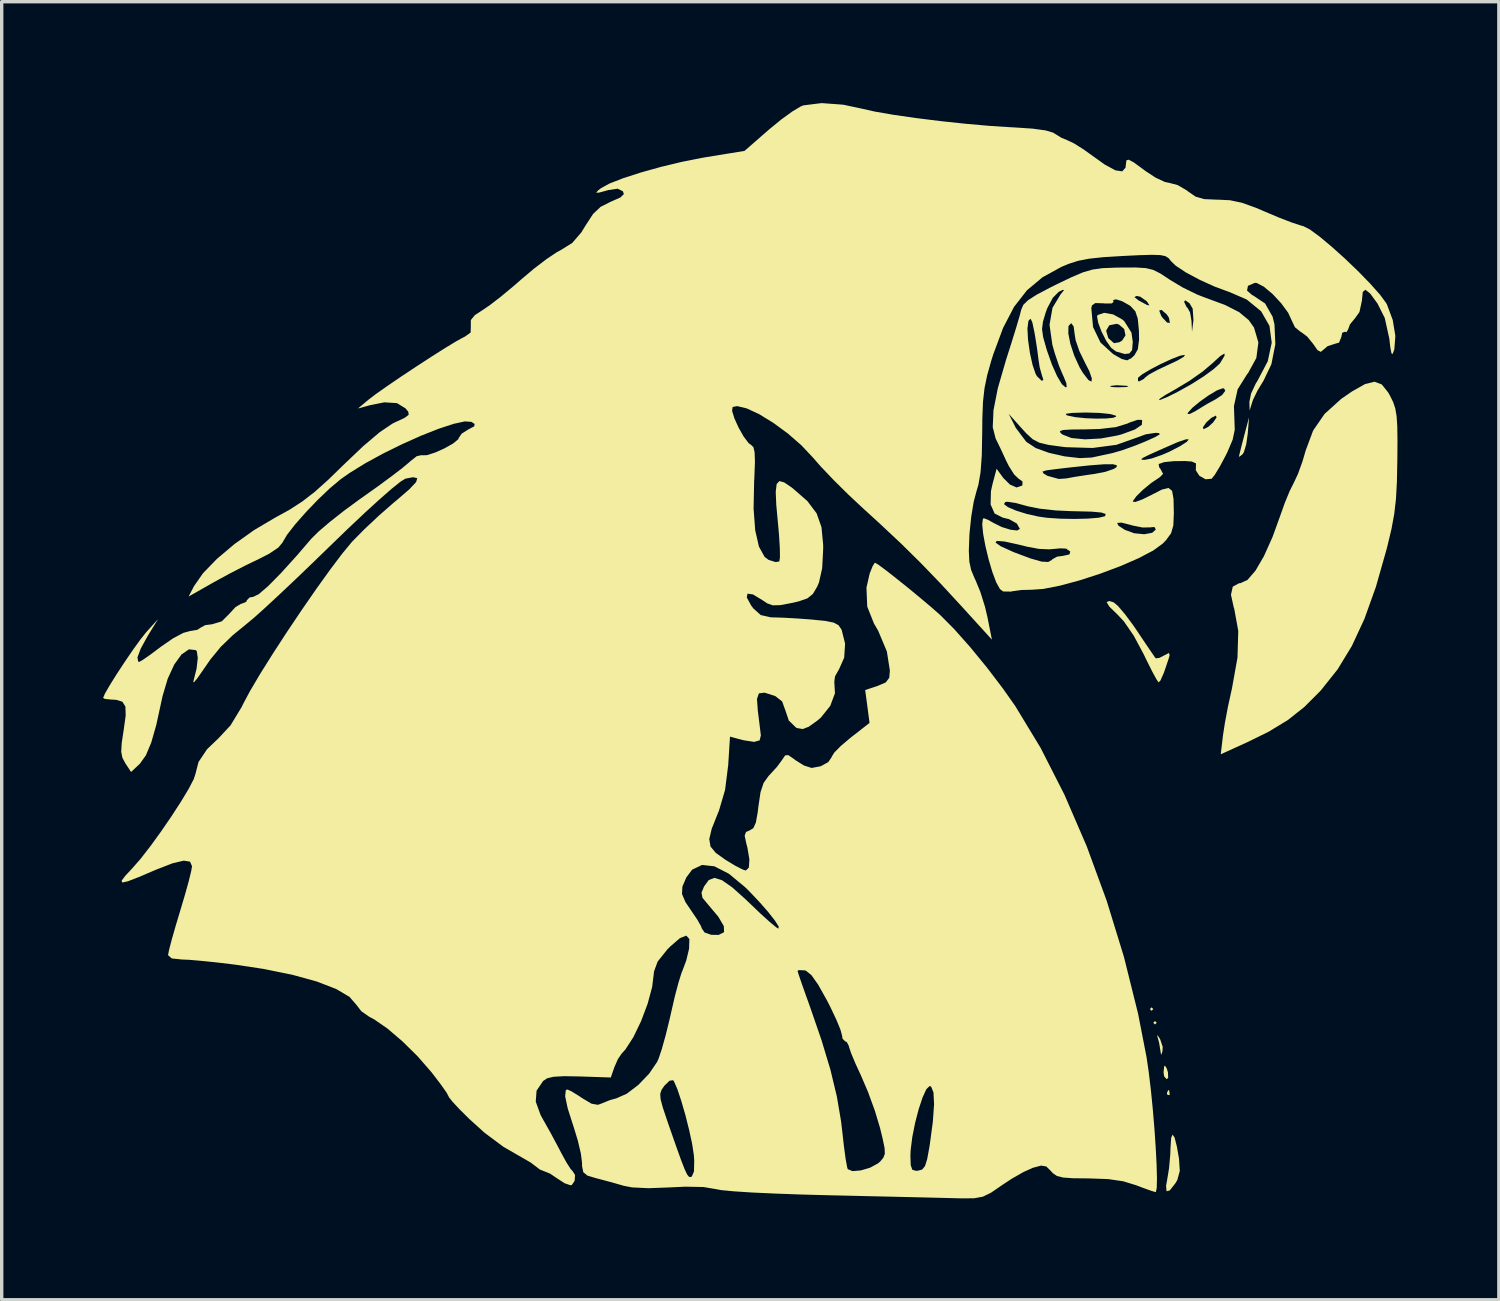
<source format=kicad_pcb>
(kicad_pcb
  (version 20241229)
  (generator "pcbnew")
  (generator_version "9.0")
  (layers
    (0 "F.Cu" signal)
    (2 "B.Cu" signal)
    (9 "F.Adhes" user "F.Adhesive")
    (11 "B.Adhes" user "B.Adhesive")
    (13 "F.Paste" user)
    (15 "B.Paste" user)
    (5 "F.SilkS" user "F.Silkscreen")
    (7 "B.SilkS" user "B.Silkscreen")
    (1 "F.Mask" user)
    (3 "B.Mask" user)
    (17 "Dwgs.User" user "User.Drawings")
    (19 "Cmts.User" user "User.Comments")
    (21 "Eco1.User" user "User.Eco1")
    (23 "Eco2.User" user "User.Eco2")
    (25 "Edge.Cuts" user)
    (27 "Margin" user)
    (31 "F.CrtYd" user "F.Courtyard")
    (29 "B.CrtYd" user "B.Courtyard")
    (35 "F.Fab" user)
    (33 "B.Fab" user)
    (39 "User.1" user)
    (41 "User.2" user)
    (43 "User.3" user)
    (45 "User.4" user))
  (footprint "taina-logo"
    (layer "F.Cu")
    (at 17.406 7.321)
    (property "Reference" "taina-logo" (at 0 0 0) (layer "F.SilkS") (effects (font (size 1.5 1.5) (thickness 0.3))))
    (attr board_only exclude_from_pos_files exclude_from_bom)
    (fp_poly (pts (xy 13.661 19.48) (xy 13.611 19.531) (xy 13.56 19.48) (xy 13.611 19.429)) (stroke (width 0) (type solid)) (fill yes) (layer "F.SilkS"))
    (fp_poly (pts (xy 13.763 19.885) (xy 13.712 19.935) (xy 13.661 19.885) (xy 13.712 19.834)) (stroke (width 0) (type solid)) (fill yes) (layer "F.SilkS"))
    (fp_poly (pts (xy 14.134 21.892) (xy 14.146 22.012) (xy 14.134 22.027) (xy 14.073 22.013) (xy 14.066 21.959) (xy 14.103 21.876)) (stroke (width 0) (type solid)) (fill yes) (layer "F.SilkS"))
    (fp_poly (pts (xy 14.057 21.233) (xy 14.095 21.352) (xy 14.101 21.514) (xy 14.057 21.555) (xy 13.982 21.47) (xy 13.965 21.352) (xy 13.981 21.187) (xy 14.004 21.15)) (stroke (width 0) (type solid)) (fill yes) (layer "F.SilkS"))
    (fp_poly (pts (xy 13.813 20.292) (xy 13.863 20.369) (xy 13.939 20.596) (xy 13.933 20.723) (xy 13.895 20.84) (xy 13.878 20.762) (xy 13.875 20.728) (xy 13.835 20.482) (xy 13.806 20.374) (xy 13.77 20.246)) (stroke (width 0) (type solid)) (fill yes) (layer "F.SilkS"))
    (fp_poly (pts (xy 16.455 2.463) (xy 16.41 2.774) (xy 16.341 3.006) (xy 16.304 3.065) (xy 16.209 3.14) (xy 16.196 3.132) (xy 16.222 3.017) (xy 16.285 2.768) (xy 16.347 2.53) (xy 16.494 1.973)) (stroke (width 0) (type solid)) (fill yes) (layer "F.SilkS"))
    (fp_poly (pts (xy 14.291 23.281) (xy 14.359 23.547) (xy 14.422 23.908) (xy 14.445 24.268) (xy 14.373 24.534) (xy 14.317 24.63) (xy 14.149 24.844) (xy 14.054 24.87) (xy 14.039 24.711) (xy 14.074 24.515) (xy 14.128 24.185) (xy 14.164 23.777) (xy 14.171 23.578) (xy 14.191 23.289) (xy 14.232 23.193)) (stroke (width 0) (type solid)) (fill yes) (layer "F.SilkS"))
    (fp_poly (pts (xy 12.489 7.448) (xy 12.619 7.558) (xy 12.822 7.797) (xy 13.064 8.121) (xy 13.176 8.286) (xy 13.407 8.63) (xy 13.594 8.906) (xy 13.709 9.073) (xy 13.732 9.104) (xy 13.836 9.093) (xy 13.978 9.021) (xy 14.125 8.945) (xy 14.144 9.014) (xy 14.112 9.126) (xy 13.978 9.523) (xy 13.874 9.758) (xy 13.82 9.816) (xy 13.759 9.731) (xy 13.634 9.503) (xy 13.468 9.172) (xy 13.373 8.975) (xy 13.086 8.439) (xy 12.794 8.014) (xy 12.598 7.805) (xy 12.362 7.575) (xy 12.28 7.44) (xy 12.357 7.409)) (stroke (width 0) (type solid)) (fill yes) (layer "F.SilkS"))
    (fp_poly (pts (xy 12.476 -1.069) (xy 12.741 -0.922) (xy 12.806 -0.865) (xy 13.015 -0.532) (xy 13.054 -0.258) (xy 13.035 -0.015) (xy 12.952 0.085) (xy 12.817 0.101) (xy 12.561 0.028) (xy 12.416 -0.08) (xy 12.268 -0.29) (xy 12.131 -0.559) (xy 12.12 -0.588) (xy 12.266 -0.588) (xy 12.327 -0.379) (xy 12.347 -0.353) (xy 12.499 -0.219) (xy 12.659 -0.247) (xy 12.735 -0.292) (xy 12.839 -0.45) (xy 12.8 -0.638) (xy 12.644 -0.772) (xy 12.572 -0.791) (xy 12.359 -0.748) (xy 12.266 -0.588) (xy 12.12 -0.588) (xy 12.032 -0.82) (xy 11.998 -1.007) (xy 12.013 -1.05) (xy 12.207 -1.117)) (stroke (width 0) (type solid)) (fill yes) (layer "F.SilkS"))
    (fp_poly (pts (xy 20.42 1.002) (xy 20.61 1.239) (xy 20.667 1.341) (xy 20.758 1.526) (xy 20.82 1.712) (xy 20.859 1.938) (xy 20.879 2.245) (xy 20.885 2.675) (xy 20.881 3.238) (xy 20.868 3.883) (xy 20.84 4.393) (xy 20.789 4.835) (xy 20.708 5.276) (xy 20.587 5.782) (xy 20.565 5.869) (xy 20.247 6.988) (xy 19.908 7.935) (xy 19.535 8.739) (xy 19.114 9.43) (xy 18.629 10.039) (xy 18.597 10.075) (xy 18.126 10.546) (xy 17.64 10.931) (xy 17.075 11.274) (xy 16.44 11.586) (xy 15.657 11.942) (xy 15.722 11.39) (xy 15.779 11.019) (xy 15.868 10.545) (xy 15.973 10.063) (xy 15.988 9.998) (xy 16.152 9.083) (xy 16.175 8.294) (xy 16.056 7.64) (xy 16.039 7.588) (xy 15.959 7.223) (xy 16.013 6.983) (xy 16.198 6.883) (xy 16.237 6.881) (xy 16.447 6.785) (xy 16.684 6.511) (xy 16.935 6.08) (xy 17.19 5.511) (xy 17.408 4.909) (xy 17.55 4.511) (xy 17.698 4.15) (xy 17.82 3.907) (xy 17.939 3.654) (xy 18.072 3.288) (xy 18.173 2.945) (xy 18.39 2.365) (xy 18.728 1.874) (xy 19.219 1.43) (xy 19.54 1.209) (xy 19.925 0.991) (xy 20.205 0.921)) (stroke (width 0) (type solid)) (fill yes) (layer "F.SilkS"))
    (fp_poly (pts (xy 13.439 -2.44) (xy 13.661 -2.386) (xy 13.87 -2.281) (xy 14.128 -2.111) (xy 14.138 -2.103) (xy 14.529 -1.868) (xy 14.96 -1.657) (xy 15.201 -1.564) (xy 15.785 -1.349) (xy 16.202 -1.136) (xy 16.485 -0.902) (xy 16.64 -0.682) (xy 16.77 -0.241) (xy 16.71 0.219) (xy 16.467 0.662) (xy 16.434 0.702) (xy 16.157 1.146) (xy 16.047 1.643) (xy 16.061 2.042) (xy 16.071 2.343) (xy 16.01 2.633) (xy 15.86 2.988) (xy 15.8 3.111) (xy 15.628 3.432) (xy 15.479 3.677) (xy 15.386 3.792) (xy 15.207 3.807) (xy 15.024 3.703) (xy 14.919 3.541) (xy 14.922 3.455) (xy 14.924 3.337) (xy 14.8 3.282) (xy 14.598 3.267) (xy 14.275 3.271) (xy 13.999 3.298) (xy 13.981 3.301) (xy 13.82 3.356) (xy 13.835 3.452) (xy 13.875 3.505) (xy 13.95 3.647) (xy 13.853 3.748) (xy 13.839 3.756) (xy 13.605 3.913) (xy 13.36 4.114) (xy 13.159 4.311) (xy 13.058 4.451) (xy 13.054 4.469) (xy 13.134 4.478) (xy 13.342 4.401) (xy 13.605 4.271) (xy 13.917 4.112) (xy 14.112 4.064) (xy 14.217 4.149) (xy 14.26 4.389) (xy 14.269 4.807) (xy 14.269 4.825) (xy 14.254 5.172) (xy 14.188 5.404) (xy 14.038 5.609) (xy 13.94 5.71) (xy 13.659 5.915) (xy 13.227 6.142) (xy 12.689 6.376) (xy 12.091 6.6) (xy 11.481 6.798) (xy 10.903 6.954) (xy 10.405 7.051) (xy 10.069 7.075) (xy 9.751 7.083) (xy 9.488 7.12) (xy 9.455 7.13) (xy 9.22 7.126) (xy 9.127 7.057) (xy 9.016 6.859) (xy 8.9 6.55) (xy 8.79 6.177) (xy 8.696 5.786) (xy 8.676 5.68) (xy 8.994 5.68) (xy 9.149 5.789) (xy 9.498 5.948) (xy 9.571 5.978) (xy 10.037 6.152) (xy 10.354 6.242) (xy 10.552 6.254) (xy 10.662 6.192) (xy 10.676 6.173) (xy 10.815 6.096) (xy 10.994 6.072) (xy 11.181 6.031) (xy 11.206 5.945) (xy 11.084 5.859) (xy 10.919 5.85) (xy 10.582 5.88) (xy 10.283 5.867) (xy 9.935 5.803) (xy 9.667 5.737) (xy 9.256 5.647) (xy 9.031 5.631) (xy 8.994 5.68) (xy 8.676 5.68) (xy 8.629 5.425) (xy 8.6 5.14) (xy 8.62 4.979) (xy 8.648 4.959) (xy 8.772 5.007) (xy 8.934 5.098) (xy 9.18 5.22) (xy 9.435 5.299) (xy 9.635 5.323) (xy 9.715 5.276) (xy 9.624 5.115) (xy 9.595 5.099) (xy 12.592 5.099) (xy 12.632 5.181) (xy 12.818 5.303) (xy 13.097 5.404) (xy 13.392 5.433) (xy 13.629 5.391) (xy 13.735 5.295) (xy 13.695 5.218) (xy 13.573 5.23) (xy 13.345 5.234) (xy 13.049 5.175) (xy 13.003 5.161) (xy 12.721 5.089) (xy 12.592 5.099) (xy 9.595 5.099) (xy 9.394 4.987) (xy 9.211 4.943) (xy 8.968 4.821) (xy 8.849 4.553) (xy 8.849 4.542) (xy 9.244 4.542) (xy 9.363 4.632) (xy 9.598 4.733) (xy 9.911 4.831) (xy 10.261 4.91) (xy 10.513 4.946) (xy 10.906 4.973) (xy 11.328 4.981) (xy 11.725 4.971) (xy 12.042 4.945) (xy 12.222 4.904) (xy 12.236 4.895) (xy 12.253 4.834) (xy 12.127 4.791) (xy 11.841 4.765) (xy 11.376 4.753) (xy 11.276 4.752) (xy 10.775 4.729) (xy 10.298 4.676) (xy 9.93 4.602) (xy 9.891 4.59) (xy 9.587 4.508) (xy 9.353 4.473) (xy 9.284 4.479) (xy 9.244 4.542) (xy 8.849 4.542) (xy 8.859 4.157) (xy 8.905 3.949) (xy 9.026 3.496) (xy 9.227 3.772) (xy 9.42 3.963) (xy 9.613 4.048) (xy 9.622 4.048) (xy 9.788 3.991) (xy 9.793 3.873) (xy 9.669 3.783) (xy 9.544 3.663) (xy 9.492 3.581) (xy 10.381 3.581) (xy 10.417 3.637) (xy 10.531 3.706) (xy 10.867 3.798) (xy 11.081 3.783) (xy 11.363 3.732) (xy 11.734 3.675) (xy 11.916 3.65) (xy 12.242 3.587) (xy 12.493 3.501) (xy 12.574 3.449) (xy 12.583 3.391) (xy 12.463 3.362) (xy 12.196 3.364) (xy 11.768 3.397) (xy 11.163 3.461) (xy 10.784 3.506) (xy 10.495 3.544) (xy 10.381 3.581) (xy 9.492 3.581) (xy 9.391 3.421) (xy 9.307 3.255) (xy 9.288 3.213) (xy 13.303 3.213) (xy 13.334 3.23) (xy 13.408 3.233) (xy 13.61 3.193) (xy 13.913 3.088) (xy 14.13 2.995) (xy 14.449 2.831) (xy 14.647 2.704) (xy 14.712 2.628) (xy 14.633 2.623) (xy 14.397 2.703) (xy 14.299 2.745) (xy 13.833 2.949) (xy 13.528 3.087) (xy 13.36 3.17) (xy 13.303 3.213) (xy 9.288 3.213) (xy 9.164 2.944) (xy 9.041 2.689) (xy 8.999 2.607) (xy 8.912 2.267) (xy 8.929 1.872) (xy 9.385 1.872) (xy 9.595 2.288) (xy 9.902 2.697) (xy 10.183 2.883) (xy 10.578 3.026) (xy 11.041 3.13) (xy 11.489 3.181) (xy 11.837 3.164) (xy 11.84 3.164) (xy 12.12 3.104) (xy 12.442 3.035) (xy 12.447 3.034) (xy 12.733 2.952) (xy 13.11 2.817) (xy 13.408 2.697) (xy 13.716 2.559) (xy 13.852 2.478) (xy 13.831 2.441) (xy 13.732 2.433) (xy 13.436 2.478) (xy 13.148 2.584) (xy 12.57 2.788) (xy 11.865 2.881) (xy 11.077 2.858) (xy 10.962 2.845) (xy 10.556 2.789) (xy 10.288 2.724) (xy 10.094 2.622) (xy 9.908 2.453) (xy 9.841 2.38) (xy 10.899 2.38) (xy 10.914 2.432) (xy 10.974 2.483) (xy 11.24 2.587) (xy 11.64 2.626) (xy 12.115 2.6) (xy 12.606 2.51) (xy 12.728 2.477) (xy 13.119 2.334) (xy 13.213 2.27) (xy 15.129 2.27) (xy 15.148 2.327) (xy 15.285 2.259) (xy 15.432 2.125) (xy 15.533 1.98) (xy 15.514 1.923) (xy 15.377 1.991) (xy 15.23 2.125) (xy 15.129 2.27) (xy 13.213 2.27) (xy 13.322 2.196) (xy 13.332 2.068) (xy 13.316 2.05) (xy 13.194 2.049) (xy 12.969 2.125) (xy 12.898 2.158) (xy 12.556 2.264) (xy 12.069 2.32) (xy 11.659 2.331) (xy 11.242 2.335) (xy 10.998 2.349) (xy 10.899 2.38) (xy 9.841 2.38) (xy 9.777 2.31) (xy 9.385 1.872) (xy 8.929 1.872) (xy 8.929 1.868) (xy 11.081 1.868) (xy 11.085 1.905) (xy 11.131 1.923) (xy 11.359 1.97) (xy 11.658 2.001) (xy 11.978 2.013) (xy 12.269 2.009) (xy 12.482 1.987) (xy 12.568 1.948) (xy 12.548 1.923) (xy 12.377 1.876) (xy 12.349 1.873) (xy 14.673 1.873) (xy 14.746 1.874) (xy 14.923 1.782) (xy 14.952 1.763) (xy 15.249 1.581) (xy 15.508 1.44) (xy 15.699 1.312) (xy 15.791 1.19) (xy 15.755 1.12) (xy 15.711 1.117) (xy 15.544 1.178) (xy 15.301 1.323) (xy 15.038 1.51) (xy 14.813 1.696) (xy 14.685 1.839) (xy 14.673 1.873) (xy 12.349 1.873) (xy 12.067 1.844) (xy 11.682 1.833) (xy 11.637 1.833) (xy 11.262 1.844) (xy 11.081 1.868) (xy 8.929 1.868) (xy 8.933 1.771) (xy 8.993 1.465) (xy 13.829 1.465) (xy 13.864 1.459) (xy 14.072 1.376) (xy 14.389 1.217) (xy 14.751 1.016) (xy 14.804 0.985) (xy 15.153 0.763) (xy 15.445 0.55) (xy 15.625 0.387) (xy 15.639 0.368) (xy 15.769 0.155) (xy 15.768 0.086) (xy 15.644 0.161) (xy 15.407 0.378) (xy 15.406 0.379) (xy 15.122 0.62) (xy 14.737 0.891) (xy 14.333 1.135) (xy 14.318 1.143) (xy 14.026 1.309) (xy 13.855 1.422) (xy 13.829 1.465) (xy 8.993 1.465) (xy 9.062 1.113) (xy 9.301 0.289) (xy 9.305 0.275) (xy 9.462 -0.217) (xy 9.597 -0.653) (xy 9.938 -0.653) (xy 9.956 -0.318) (xy 10.011 0.067) (xy 10.091 0.429) (xy 10.183 0.696) (xy 10.225 0.764) (xy 10.364 0.897) (xy 10.409 0.866) (xy 10.368 0.734) (xy 10.302 0.502) (xy 10.263 0.253) (xy 10.227 -0.032) (xy 10.17 -0.399) (xy 10.142 -0.557) (xy 10.125 -0.636) (xy 10.37 -0.636) (xy 10.403 -0.397) (xy 10.499 -0.058) (xy 10.519 0.007) (xy 10.664 0.418) (xy 10.817 0.759) (xy 10.958 0.995) (xy 11.068 1.089) (xy 11.099 1.078) (xy 11.098 1.067) (xy 12.374 1.067) (xy 12.501 1.083) (xy 12.649 1.086) (xy 12.868 1.078) (xy 12.928 1.058) (xy 12.877 1.042) (xy 12.582 1.025) (xy 12.422 1.042) (xy 12.374 1.067) (xy 11.098 1.067) (xy 11.089 0.967) (xy 11.004 0.755) (xy 10.987 0.723) (xy 10.872 0.45) (xy 10.747 0.079) (xy 10.676 -0.169) (xy 10.628 -0.507) (xy 11.147 -0.507) (xy 11.208 -0.199) (xy 11.323 0.15) (xy 11.48 0.494) (xy 11.577 0.657) (xy 11.742 0.871) (xy 11.832 0.919) (xy 11.843 0.823) (xy 11.837 0.807) (xy 13.207 0.807) (xy 13.21 0.902) (xy 13.245 0.911) (xy 13.386 0.837) (xy 13.413 0.802) (xy 13.535 0.708) (xy 13.788 0.57) (xy 14.092 0.428) (xy 14.384 0.29) (xy 14.565 0.182) (xy 14.598 0.127) (xy 14.596 0.126) (xy 14.455 0.151) (xy 14.199 0.251) (xy 13.887 0.395) (xy 13.578 0.556) (xy 13.331 0.703) (xy 13.207 0.807) (xy 11.837 0.807) (xy 11.768 0.607) (xy 11.645 0.367) (xy 11.476 0.02) (xy 11.363 -0.309) (xy 11.334 -0.493) (xy 11.306 -0.712) (xy 11.237 -0.809) (xy 11.233 -0.81) (xy 11.152 -0.726) (xy 11.147 -0.507) (xy 10.628 -0.507) (xy 10.592 -0.764) (xy 10.677 -1.251) (xy 11.828 -1.251) (xy 11.879 -0.697) (xy 12.099 -0.238) (xy 12.476 0.105) (xy 12.477 0.105) (xy 12.731 0.25) (xy 12.886 0.289) (xy 13.011 0.226) (xy 13.102 0.14) (xy 13.204 -0.037) (xy 13.241 -0.327) (xy 13.236 -0.594) (xy 13.202 -0.945) (xy 13.13 -1.162) (xy 13.11 -1.183) (xy 13.836 -1.183) (xy 13.896 -1.026) (xy 13.935 -0.971) (xy 14.07 -0.829) (xy 14.15 -0.818) (xy 14.152 -0.822) (xy 14.124 -0.971) (xy 14.063 -1.066) (xy 13.904 -1.206) (xy 13.836 -1.183) (xy 13.11 -1.183) (xy 12.995 -1.309) (xy 12.953 -1.34) (xy 12.738 -1.461) (xy 12.559 -1.516) (xy 12.471 -1.494) (xy 12.485 -1.438) (xy 12.432 -1.395) (xy 12.237 -1.393) (xy 12.187 -1.398) (xy 11.946 -1.406) (xy 11.845 -1.335) (xy 11.828 -1.251) (xy 10.677 -1.251) (xy 10.679 -1.265) (xy 10.871 -1.583) (xy 13.102 -1.583) (xy 13.222 -1.487) (xy 13.257 -1.467) (xy 13.478 -1.348) (xy 13.548 -1.337) (xy 13.486 -1.434) (xy 13.478 -1.444) (xy 14.572 -1.444) (xy 14.647 -1.286) (xy 14.673 -1.265) (xy 14.749 -1.129) (xy 14.79 -0.888) (xy 14.791 -0.879) (xy 14.807 -0.557) (xy 14.849 -0.9) (xy 14.826 -1.243) (xy 14.731 -1.402) (xy 14.606 -1.487) (xy 14.572 -1.444) (xy 13.478 -1.444) (xy 13.459 -1.467) (xy 13.273 -1.595) (xy 13.168 -1.616) (xy 13.102 -1.583) (xy 10.871 -1.583) (xy 10.917 -1.659) (xy 11.023 -1.792) (xy 10.979 -1.795) (xy 10.862 -1.736) (xy 10.69 -1.563) (xy 10.528 -1.26) (xy 10.48 -1.132) (xy 10.397 -0.854) (xy 10.37 -0.636) (xy 10.125 -0.636) (xy 10.082 -0.839) (xy 10.03 -0.943) (xy 9.975 -0.889) (xy 9.966 -0.868) (xy 9.938 -0.653) (xy 9.597 -0.653) (xy 9.599 -0.659) (xy 9.701 -1.005) (xy 9.755 -1.209) (xy 9.757 -1.216) (xy 9.816 -1.352) (xy 9.957 -1.49) (xy 10.211 -1.653) (xy 10.61 -1.864) (xy 10.799 -1.958) (xy 11.249 -2.174) (xy 11.582 -2.315) (xy 11.864 -2.397) (xy 12.158 -2.438) (xy 12.528 -2.453) (xy 12.7 -2.456) (xy 13.139 -2.458)) (stroke (width 0) (type solid)) (fill yes) (layer "F.SilkS"))
    (fp_poly (pts (xy 4.488 -7.274) (xy 5.036 -7.157) (xy 5.43 -7.069) (xy 5.979 -6.974) (xy 6.639 -6.879) (xy 7.363 -6.789) (xy 8.105 -6.71) (xy 8.819 -6.647) (xy 9.46 -6.606) (xy 9.563 -6.601) (xy 10.086 -6.566) (xy 10.476 -6.513) (xy 10.701 -6.446) (xy 10.727 -6.429) (xy 10.948 -6.292) (xy 11.108 -6.228) (xy 11.319 -6.127) (xy 11.605 -5.947) (xy 11.779 -5.822) (xy 12.224 -5.504) (xy 12.541 -5.332) (xy 12.743 -5.302) (xy 12.84 -5.411) (xy 12.852 -5.521) (xy 12.867 -5.629) (xy 12.935 -5.647) (xy 13.089 -5.563) (xy 13.36 -5.365) (xy 13.429 -5.313) (xy 13.728 -5.116) (xy 14.005 -4.988) (xy 14.142 -4.959) (xy 14.384 -4.895) (xy 14.652 -4.738) (xy 14.69 -4.707) (xy 14.914 -4.554) (xy 15.163 -4.481) (xy 15.522 -4.465) (xy 15.565 -4.465) (xy 15.925 -4.448) (xy 16.28 -4.374) (xy 16.699 -4.223) (xy 16.968 -4.108) (xy 17.38 -3.934) (xy 17.757 -3.789) (xy 18.036 -3.697) (xy 18.097 -3.682) (xy 18.288 -3.586) (xy 18.58 -3.373) (xy 18.939 -3.073) (xy 19.332 -2.72) (xy 19.724 -2.344) (xy 20.08 -1.978) (xy 20.367 -1.655) (xy 20.551 -1.405) (xy 20.574 -1.363) (xy 20.745 -0.903) (xy 20.822 -0.433) (xy 20.792 -0.038) (xy 20.788 -0.026) (xy 20.742 0.1) (xy 20.707 0.083) (xy 20.673 -0.099) (xy 20.643 -0.355) (xy 20.508 -0.966) (xy 20.294 -1.392) (xy 20.078 -1.687) (xy 19.936 -1.8) (xy 19.858 -1.733) (xy 19.834 -1.488) (xy 19.834 -1.483) (xy 19.76 -1.14) (xy 19.632 -0.961) (xy 19.479 -0.775) (xy 19.429 -0.636) (xy 19.376 -0.544) (xy 19.328 -0.557) (xy 19.249 -0.526) (xy 19.227 -0.411) (xy 19.157 -0.236) (xy 19.037 -0.202) (xy 18.815 -0.129) (xy 18.717 -0.045) (xy 18.616 0.038) (xy 18.519 -0.013) (xy 18.394 -0.193) (xy 18.212 -0.416) (xy 18.03 -0.551) (xy 18.016 -0.556) (xy 17.851 -0.691) (xy 17.766 -0.87) (xy 17.651 -1.119) (xy 17.442 -1.403) (xy 17.187 -1.677) (xy 16.93 -1.891) (xy 16.72 -2) (xy 16.663 -2.003) (xy 16.462 -1.915) (xy 16.434 -1.775) (xy 16.585 -1.643) (xy 16.613 -1.631) (xy 16.968 -1.394) (xy 17.19 -1.004) (xy 17.246 -0.779) (xy 17.272 -0.186) (xy 17.155 0.403) (xy 16.923 0.889) (xy 16.744 1.183) (xy 16.612 1.455) (xy 16.59 1.518) (xy 16.512 1.771) (xy 16.504 1.516) (xy 16.554 1.271) (xy 16.691 0.978) (xy 16.738 0.904) (xy 17.047 0.318) (xy 17.165 -0.233) (xy 17.098 -0.732) (xy 16.85 -1.163) (xy 16.427 -1.509) (xy 15.938 -1.722) (xy 15.488 -1.888) (xy 15.035 -2.093) (xy 14.63 -2.309) (xy 14.325 -2.511) (xy 14.187 -2.644) (xy 14.114 -2.735) (xy 14.02 -2.794) (xy 13.868 -2.825) (xy 13.621 -2.833) (xy 13.242 -2.822) (xy 12.772 -2.799) (xy 12.194 -2.764) (xy 11.767 -2.719) (xy 11.436 -2.655) (xy 11.149 -2.563) (xy 10.941 -2.475) (xy 10.382 -2.167) (xy 9.924 -1.783) (xy 9.543 -1.295) (xy 9.218 -0.671) (xy 8.925 0.118) (xy 8.865 0.31) (xy 8.746 0.734) (xy 8.668 1.114) (xy 8.623 1.517) (xy 8.604 2.01) (xy 8.6 2.434) (xy 8.588 3.101) (xy 8.551 3.603) (xy 8.486 3.977) (xy 8.434 4.149) (xy 8.349 4.471) (xy 8.276 4.911) (xy 8.227 5.382) (xy 8.221 5.471) (xy 8.204 5.924) (xy 8.219 6.242) (xy 8.273 6.492) (xy 8.377 6.741) (xy 8.4 6.787) (xy 8.545 7.138) (xy 8.682 7.577) (xy 8.757 7.893) (xy 8.887 8.551) (xy 8.013 7.59) (xy 7.369 6.892) (xy 6.784 6.285) (xy 6.2 5.709) (xy 5.556 5.105) (xy 5.068 4.66) (xy 4.639 4.259) (xy 4.206 3.83) (xy 3.826 3.431) (xy 3.592 3.164) (xy 3.25 2.801) (xy 2.848 2.451) (xy 2.421 2.138) (xy 2.005 1.883) (xy 1.636 1.711) (xy 1.35 1.642) (xy 1.216 1.669) (xy 1.201 1.784) (xy 1.27 2.007) (xy 1.394 2.28) (xy 1.543 2.543) (xy 1.689 2.736) (xy 1.769 2.796) (xy 1.833 2.86) (xy 1.868 3.013) (xy 1.877 3.29) (xy 1.861 3.725) (xy 1.853 3.879) (xy 1.837 4.674) (xy 1.885 5.318) (xy 1.995 5.799) (xy 2.164 6.104) (xy 2.286 6.195) (xy 2.49 6.256) (xy 2.598 6.239) (xy 2.617 6.116) (xy 2.613 5.838) (xy 2.589 5.45) (xy 2.561 5.135) (xy 2.508 4.564) (xy 2.492 4.175) (xy 2.52 3.947) (xy 2.6 3.861) (xy 2.741 3.899) (xy 2.95 4.04) (xy 3 4.078) (xy 3.429 4.453) (xy 3.701 4.814) (xy 3.846 5.225) (xy 3.895 5.746) (xy 3.896 5.862) (xy 3.866 6.439) (xy 3.771 6.861) (xy 3.717 6.987) (xy 3.59 7.2) (xy 3.43 7.33) (xy 3.172 7.419) (xy 2.958 7.468) (xy 2.619 7.531) (xy 2.403 7.536) (xy 2.238 7.477) (xy 2.104 7.387) (xy 1.819 7.214) (xy 1.658 7.19) (xy 1.635 7.303) (xy 1.765 7.541) (xy 1.829 7.627) (xy 2.049 7.824) (xy 2.34 7.891) (xy 2.421 7.893) (xy 2.716 7.902) (xy 3.125 7.925) (xy 3.56 7.957) (xy 3.567 7.958) (xy 3.965 7.998) (xy 4.209 8.048) (xy 4.349 8.124) (xy 4.432 8.244) (xy 4.443 8.266) (xy 4.544 8.669) (xy 4.517 9.084) (xy 4.367 9.422) (xy 4.367 9.423) (xy 4.246 9.636) (xy 4.225 9.796) (xy 4.244 10.138) (xy 4.105 10.51) (xy 3.83 10.854) (xy 3.735 10.937) (xy 3.472 11.126) (xy 3.292 11.196) (xy 3.128 11.168) (xy 3.093 11.153) (xy 2.879 10.945) (xy 2.79 10.68) (xy 2.682 10.379) (xy 2.479 10.221) (xy 2.467 10.216) (xy 2.16 10.119) (xy 1.994 10.141) (xy 1.937 10.306) (xy 1.961 10.641) (xy 1.962 10.651) (xy 2.005 10.996) (xy 2.04 11.283) (xy 2.052 11.384) (xy 2.017 11.53) (xy 1.854 11.576) (xy 1.541 11.527) (xy 1.405 11.492) (xy 1.139 11.42) (xy 1.086 12.262) (xy 0.994 12.994) (xy 0.812 13.614) (xy 0.771 13.712) (xy 0.598 14.147) (xy 0.526 14.451) (xy 0.563 14.672) (xy 0.719 14.86) (xy 1.001 15.061) (xy 1.287 15.235) (xy 1.514 15.351) (xy 1.608 15.382) (xy 1.697 15.294) (xy 1.713 15.056) (xy 1.655 14.708) (xy 1.623 14.586) (xy 1.573 14.352) (xy 1.613 14.241) (xy 1.717 14.197) (xy 1.829 14.129) (xy 1.904 13.963) (xy 1.959 13.657) (xy 1.981 13.476) (xy 2.042 13.065) (xy 2.134 12.789) (xy 2.28 12.584) (xy 2.316 12.547) (xy 2.528 12.316) (xy 2.683 12.106) (xy 2.69 12.094) (xy 2.773 11.973) (xy 2.865 11.968) (xy 3.035 12.085) (xy 3.083 12.123) (xy 3.329 12.275) (xy 3.547 12.345) (xy 3.562 12.346) (xy 3.825 12.296) (xy 4.046 12.174) (xy 4.148 12.025) (xy 4.149 12.012) (xy 4.224 11.892) (xy 4.42 11.694) (xy 4.696 11.461) (xy 4.708 11.451) (xy 5.267 11.015) (xy 5.203 10.528) (xy 5.138 10.042) (xy 5.504 9.921) (xy 5.747 9.817) (xy 5.85 9.679) (xy 5.869 9.469) (xy 5.78 8.901) (xy 5.521 8.285) (xy 5.397 8.072) (xy 5.199 7.573) (xy 5.176 7.013) (xy 5.272 6.593) (xy 5.359 6.377) (xy 5.425 6.275) (xy 5.429 6.274) (xy 5.53 6.335) (xy 5.749 6.497) (xy 6.049 6.732) (xy 6.396 7.01) (xy 6.751 7.302) (xy 7.08 7.579) (xy 7.345 7.812) (xy 7.371 7.836) (xy 7.777 8.245) (xy 8.249 8.777) (xy 8.743 9.38) (xy 9.219 10.006) (xy 9.583 10.524) (xy 10.328 11.753) (xy 11.036 13.145) (xy 11.692 14.664) (xy 12.282 16.274) (xy 12.793 17.936) (xy 13.211 19.615) (xy 13.461 20.897) (xy 13.526 21.341) (xy 13.589 21.866) (xy 13.646 22.437) (xy 13.695 23.019) (xy 13.733 23.579) (xy 13.759 24.08) (xy 13.77 24.489) (xy 13.763 24.771) (xy 13.737 24.892) (xy 13.731 24.894) (xy 13.61 24.86) (xy 13.363 24.771) (xy 13.155 24.692) (xy 12.771 24.574) (xy 12.323 24.509) (xy 11.746 24.489) (xy 11.726 24.489) (xy 11.28 24.484) (xy 10.99 24.463) (xy 10.809 24.416) (xy 10.689 24.334) (xy 10.635 24.273) (xy 10.497 24.137) (xy 10.344 24.11) (xy 10.097 24.176) (xy 9.822 24.3) (xy 9.47 24.501) (xy 9.176 24.696) (xy 8.862 24.911) (xy 8.621 25.029) (xy 8.368 25.076) (xy 8.015 25.08) (xy 7.926 25.078) (xy 7.648 25.071) (xy 7.2 25.06) (xy 6.615 25.046) (xy 5.924 25.03) (xy 5.161 25.013) (xy 4.357 24.994) (xy 4.149 24.99) (xy 3.252 24.966) (xy 2.456 24.937) (xy 1.781 24.906) (xy 1.25 24.871) (xy 0.882 24.836) (xy 0.708 24.804) (xy 0.353 24.744) (xy -0.184 24.734) (xy -0.637 24.755) (xy -1.274 24.779) (xy -1.76 24.755) (xy -2.003 24.708) (xy -2.358 24.606) (xy -2.747 24.502) (xy -2.808 24.487) (xy -3.077 24.407) (xy -3.201 24.306) (xy -3.237 24.126) (xy -3.238 24.028) (xy -3.272 23.756) (xy -3.361 23.376) (xy -3.485 22.968) (xy -3.491 22.952) (xy -3.661 22.42) (xy -3.737 22.063) (xy -3.719 21.882) (xy -3.674 21.858) (xy -3.555 21.911) (xy -3.337 22.045) (xy -3.228 22.118) (xy -2.958 22.279) (xy -2.769 22.312) (xy -2.666 22.276) (xy -2.416 22.174) (xy -2.224 22.121) (xy -1.925 21.989) (xy -0.925 21.989) (xy -0.914 22.148) (xy -0.848 22.394) (xy -0.723 22.769) (xy -0.655 22.965) (xy -0.454 23.54) (xy -0.307 23.949) (xy -0.202 24.219) (xy -0.128 24.375) (xy -0.072 24.443) (xy -0.024 24.449) (xy 0.011 24.432) (xy 0.074 24.282) (xy 0.081 23.958) (xy 0.069 23.793) (xy 0.019 23.466) (xy -0.07 23.055) (xy -0.181 22.613) (xy -0.303 22.193) (xy -0.419 21.846) (xy -0.515 21.625) (xy -0.544 21.584) (xy -0.65 21.6) (xy -0.8 21.745) (xy -0.806 21.753) (xy -0.887 21.871) (xy -0.925 21.989) (xy -1.925 21.989) (xy -1.914 21.984) (xy -1.571 21.722) (xy -1.253 21.391) (xy -1.018 21.045) (xy -0.973 20.947) (xy -0.879 20.666) (xy -0.764 20.255) (xy -0.648 19.783) (xy -0.596 19.554) (xy -0.492 19.102) (xy -0.386 18.702) (xy -0.295 18.41) (xy -0.269 18.348) (xy 3.137 18.348) (xy 3.169 18.456) (xy 3.257 18.713) (xy 3.385 19.076) (xy 3.499 19.392) (xy 3.848 20.404) (xy 4.112 21.281) (xy 4.3 22.065) (xy 4.425 22.8) (xy 4.462 23.115) (xy 4.511 23.551) (xy 4.56 23.912) (xy 4.603 24.15) (xy 4.623 24.216) (xy 4.764 24.274) (xy 5.01 24.253) (xy 5.286 24.171) (xy 5.521 24.043) (xy 5.583 23.989) (xy 5.675 23.878) (xy 5.701 23.812) (xy 6.476 23.812) (xy 6.486 24.098) (xy 6.532 24.233) (xy 6.639 24.265) (xy 6.704 24.26) (xy 6.825 24.226) (xy 6.908 24.125) (xy 6.973 23.916) (xy 7.039 23.554) (xy 7.051 23.477) (xy 7.14 22.811) (xy 7.176 22.296) (xy 7.159 21.946) (xy 7.089 21.774) (xy 7.044 21.757) (xy 6.948 21.849) (xy 6.836 22.094) (xy 6.72 22.444) (xy 6.614 22.853) (xy 6.531 23.271) (xy 6.483 23.653) (xy 6.476 23.812) (xy 5.701 23.812) (xy 5.719 23.764) (xy 5.713 23.596) (xy 5.657 23.323) (xy 5.578 22.998) (xy 5.427 22.494) (xy 5.224 21.936) (xy 5.018 21.456) (xy 4.85 21.091) (xy 4.723 20.787) (xy 4.659 20.597) (xy 4.655 20.571) (xy 4.592 20.451) (xy 4.554 20.441) (xy 4.469 20.358) (xy 4.453 20.257) (xy 4.407 20.09) (xy 4.286 19.796) (xy 4.111 19.425) (xy 4.006 19.22) (xy 3.749 18.761) (xy 3.547 18.475) (xy 3.386 18.345) (xy 3.348 18.335) (xy 3.18 18.327) (xy 3.137 18.348) (xy -0.269 18.348) (xy -0.257 18.316) (xy -0.154 18.04) (xy -0.075 17.709) (xy -0.071 17.684) (xy -0.063 17.408) (xy -0.153 17.307) (xy -0.34 17.38) (xy -0.628 17.628) (xy -0.716 17.717) (xy -1.003 18.077) (xy -1.112 18.378) (xy -1.113 18.415) (xy -1.164 18.828) (xy -1.298 19.324) (xy -1.492 19.839) (xy -1.719 20.31) (xy -1.955 20.675) (xy -2.065 20.796) (xy -2.176 20.959) (xy -2.282 21.2) (xy -2.387 21.504) (xy -3.306 21.473) (xy -3.771 21.465) (xy -4.078 21.482) (xy -4.271 21.528) (xy -4.389 21.607) (xy -4.583 21.894) (xy -4.607 22.22) (xy -4.463 22.616) (xy -4.394 22.741) (xy -4.172 23.135) (xy -3.94 23.568) (xy -3.856 23.73) (xy -3.701 24.014) (xy -3.574 24.212) (xy -3.519 24.27) (xy -3.445 24.387) (xy -3.456 24.56) (xy -3.538 24.681) (xy -3.579 24.692) (xy -3.751 24.633) (xy -3.971 24.491) (xy -3.974 24.489) (xy -4.183 24.348) (xy -4.332 24.287) (xy -4.335 24.287) (xy -4.49 24.224) (xy -4.572 24.159) (xy -4.763 24.016) (xy -4.959 23.903) (xy -5.563 23.555) (xy -6.118 23.142) (xy -6.576 22.728) (xy -6.855 22.451) (xy -7.067 22.224) (xy -7.177 22.085) (xy -7.185 22.064) (xy -7.244 21.953) (xy -7.401 21.729) (xy -7.626 21.433) (xy -7.699 21.34) (xy -8.104 20.875) (xy -8.551 20.434) (xy -8.993 20.057) (xy -9.385 19.786) (xy -9.531 19.709) (xy -9.769 19.542) (xy -9.907 19.361) (xy -10.117 19.119) (xy -10.513 18.885) (xy -11.08 18.666) (xy -11.801 18.467) (xy -12.66 18.292) (xy -13.489 18.167) (xy -14.003 18.105) (xy -14.482 18.055) (xy -14.869 18.022) (xy -15.083 18.013) (xy -15.375 17.982) (xy -15.482 17.888) (xy -15.483 17.874) (xy -15.454 17.727) (xy -15.377 17.431) (xy -15.262 17.028) (xy -15.129 16.584) (xy -14.99 16.117) (xy -14.978 16.076) (xy -0.281 16.076) (xy -0.178 16.317) (xy 0 16.58) (xy 0.174 16.837) (xy 0.284 17.032) (xy 0.304 17.093) (xy 0.388 17.214) (xy 0.584 17.283) (xy 0.803 17.286) (xy 0.957 17.209) (xy 0.964 17.199) (xy 0.956 17.025) (xy 0.794 16.748) (xy 0.487 16.384) (xy 0.484 16.38) (xy 0.324 16.186) (xy 0.296 16.035) (xy 0.374 15.849) (xy 0.511 15.663) (xy 0.679 15.599) (xy 0.902 15.668) (xy 1.201 15.876) (xy 1.599 16.232) (xy 1.714 16.343) (xy 2.039 16.653) (xy 2.314 16.902) (xy 2.505 17.06) (xy 2.574 17.102) (xy 2.578 17.035) (xy 2.465 16.858) (xy 2.263 16.601) (xy 1.998 16.299) (xy 1.697 15.983) (xy 1.584 15.872) (xy 1.104 15.475) (xy 0.677 15.256) (xy 0.313 15.216) (xy 0.019 15.356) (xy -0.153 15.586) (xy -0.269 15.856) (xy -0.281 16.076) (xy -14.978 16.076) (xy -14.876 15.709) (xy -14.801 15.405) (xy -14.775 15.255) (xy -14.834 15.119) (xy -15.02 15.089) (xy -15.348 15.166) (xy -15.831 15.353) (xy -15.871 15.37) (xy -16.358 15.578) (xy -16.675 15.7) (xy -16.838 15.736) (xy -16.859 15.684) (xy -16.755 15.543) (xy -16.542 15.315) (xy -16.297 15.035) (xy -16.007 14.662) (xy -15.696 14.233) (xy -15.388 13.784) (xy -15.107 13.351) (xy -14.878 12.971) (xy -14.726 12.681) (xy -14.673 12.52) (xy -14.583 12.17) (xy -14.329 11.791) (xy -13.992 11.469) (xy -13.637 11.088) (xy -13.309 10.547) (xy -13.265 10.457) (xy -13.061 10.074) (xy -12.762 9.568) (xy -12.391 8.976) (xy -11.974 8.335) (xy -11.535 7.681) (xy -11.099 7.051) (xy -10.69 6.481) (xy -10.332 6.007) (xy -10.051 5.667) (xy -10.024 5.637) (xy -9.677 5.286) (xy -9.25 4.885) (xy -8.82 4.508) (xy -8.717 4.423) (xy -8.348 4.105) (xy -8.147 3.891) (xy -8.112 3.773) (xy -8.241 3.747) (xy -8.464 3.789) (xy -8.607 3.877) (xy -8.872 4.09) (xy -9.239 4.411) (xy -9.688 4.821) (xy -10.198 5.303) (xy -10.661 5.751) (xy -11.206 6.28) (xy -11.731 6.783) (xy -12.211 7.236) (xy -12.62 7.615) (xy -12.933 7.896) (xy -13.105 8.04) (xy -13.572 8.422) (xy -13.926 8.765) (xy -14.231 9.136) (xy -14.454 9.458) (xy -14.619 9.695) (xy -14.721 9.816) (xy -14.738 9.798) (xy -14.641 9.412) (xy -14.605 9.093) (xy -14.634 8.895) (xy -14.662 8.861) (xy -14.867 8.838) (xy -15.086 8.989) (xy -15.301 9.287) (xy -15.494 9.706) (xy -15.647 10.22) (xy -15.68 10.373) (xy -15.833 11.075) (xy -15.983 11.6) (xy -16.139 11.971) (xy -16.31 12.212) (xy -16.331 12.234) (xy -16.579 12.466) (xy -16.749 12.207) (xy -16.835 12.046) (xy -16.87 11.868) (xy -16.856 11.613) (xy -16.797 11.223) (xy -16.738 10.797) (xy -16.746 10.53) (xy -16.836 10.387) (xy -17.023 10.331) (xy -17.178 10.323) (xy -17.356 10.304) (xy -17.406 10.274) (xy -17.351 10.146) (xy -17.207 9.896) (xy -17.002 9.568) (xy -16.763 9.205) (xy -16.52 8.849) (xy -16.3 8.544) (xy -16.131 8.332) (xy -16.123 8.323) (xy -15.781 7.944) (xy -16.088 8.444) (xy -16.293 8.816) (xy -16.389 9.075) (xy -16.369 9.2) (xy -16.335 9.209) (xy -16.233 9.151) (xy -16.015 9) (xy -15.727 8.785) (xy -15.685 8.753) (xy -15.337 8.513) (xy -15.033 8.351) (xy -14.839 8.298) (xy -14.621 8.262) (xy -14.522 8.197) (xy -14.384 8.122) (xy -14.18 8.096) (xy -13.895 8.01) (xy -13.677 7.792) (xy -13.493 7.592) (xy -13.327 7.491) (xy -13.304 7.488) (xy -13.171 7.433) (xy -13.155 7.387) (xy -13.071 7.303) (xy -12.966 7.286) (xy -12.801 7.206) (xy -12.525 6.969) (xy -12.147 6.586) (xy -11.674 6.064) (xy -11.244 5.563) (xy -11.032 5.353) (xy -10.695 5.066) (xy -10.276 4.736) (xy -9.817 4.399) (xy -9.726 4.335) (xy -9.279 4.018) (xy -8.875 3.72) (xy -8.551 3.472) (xy -8.346 3.301) (xy -8.317 3.273) (xy -8.13 3.126) (xy -7.987 3.092) (xy -7.978 3.097) (xy -7.83 3.095) (xy -7.582 3.016) (xy -7.301 2.89) (xy -7.052 2.749) (xy -6.9 2.623) (xy -6.881 2.579) (xy -6.799 2.458) (xy -6.605 2.335) (xy -6.426 2.24) (xy -6.416 2.171) (xy -6.508 2.109) (xy -6.704 2.095) (xy -7.04 2.168) (xy -7.483 2.314) (xy -7.999 2.518) (xy -8.554 2.766) (xy -9.115 3.042) (xy -9.647 3.332) (xy -10.117 3.622) (xy -10.382 3.809) (xy -10.699 4.075) (xy -11.053 4.412) (xy -11.405 4.779) (xy -11.72 5.136) (xy -11.961 5.444) (xy -12.09 5.661) (xy -12.096 5.677) (xy -12.223 5.828) (xy -12.496 6.011) (xy -12.783 6.158) (xy -13.193 6.356) (xy -13.675 6.604) (xy -14.127 6.85) (xy -14.142 6.859) (xy -14.876 7.276) (xy -14.717 6.969) (xy -14.451 6.587) (xy -14.038 6.161) (xy -13.519 5.723) (xy -12.934 5.307) (xy -12.331 4.951) (xy -11.885 4.705) (xy -11.506 4.459) (xy -11.141 4.176) (xy -10.74 3.816) (xy -10.294 3.382) (xy -9.709 2.825) (xy -9.225 2.416) (xy -8.849 2.162) (xy -8.758 2.117) (xy -8.484 1.989) (xy -8.366 1.9) (xy -8.377 1.811) (xy -8.457 1.712) (xy -8.714 1.554) (xy -9.088 1.531) (xy -9.513 1.616) (xy -9.867 1.714) (xy -9.563 1.459) (xy -9.342 1.29) (xy -9.004 1.052) (xy -8.59 0.77) (xy -8.138 0.47) (xy -7.687 0.177) (xy -7.276 -0.083) (xy -6.944 -0.284) (xy -6.73 -0.401) (xy -6.702 -0.413) (xy -6.533 -0.534) (xy -6.528 -0.732) (xy -6.528 -0.902) (xy -6.408 -1.049) (xy -6.201 -1.184) (xy -5.959 -1.349) (xy -5.622 -1.609) (xy -5.246 -1.922) (xy -5.039 -2.103) (xy -4.661 -2.422) (xy -4.289 -2.706) (xy -3.976 -2.915) (xy -3.848 -2.984) (xy -3.528 -3.184) (xy -3.261 -3.493) (xy -3.132 -3.703) (xy -2.911 -4.042) (xy -2.688 -4.253) (xy -2.394 -4.401) (xy -2.374 -4.409) (xy -2.102 -4.53) (xy -2.001 -4.628) (xy -2.028 -4.711) (xy -2.182 -4.789) (xy -2.45 -4.75) (xy -2.459 -4.748) (xy -2.726 -4.675) (xy -2.821 -4.669) (xy -2.767 -4.734) (xy -2.676 -4.805) (xy -2.425 -4.942) (xy -2.018 -5.1) (xy -1.498 -5.268) (xy -0.907 -5.433) (xy -0.288 -5.582) (xy 0.315 -5.702) (xy 0.455 -5.726) (xy 1.569 -5.907) (xy 2.298 -6.543) (xy 2.649 -6.831) (xy 2.976 -7.069) (xy 3.229 -7.221) (xy 3.31 -7.254) (xy 3.848 -7.321)) (stroke (width 0) (type solid)) (fill yes) (layer "F.SilkS")))
  (gr_rect
    (start -3 -3)
    (end 41.29 35.401)
    (stroke (width 0.1) (type default))
    (fill no)
    (layer "Edge.Cuts")))
</source>
